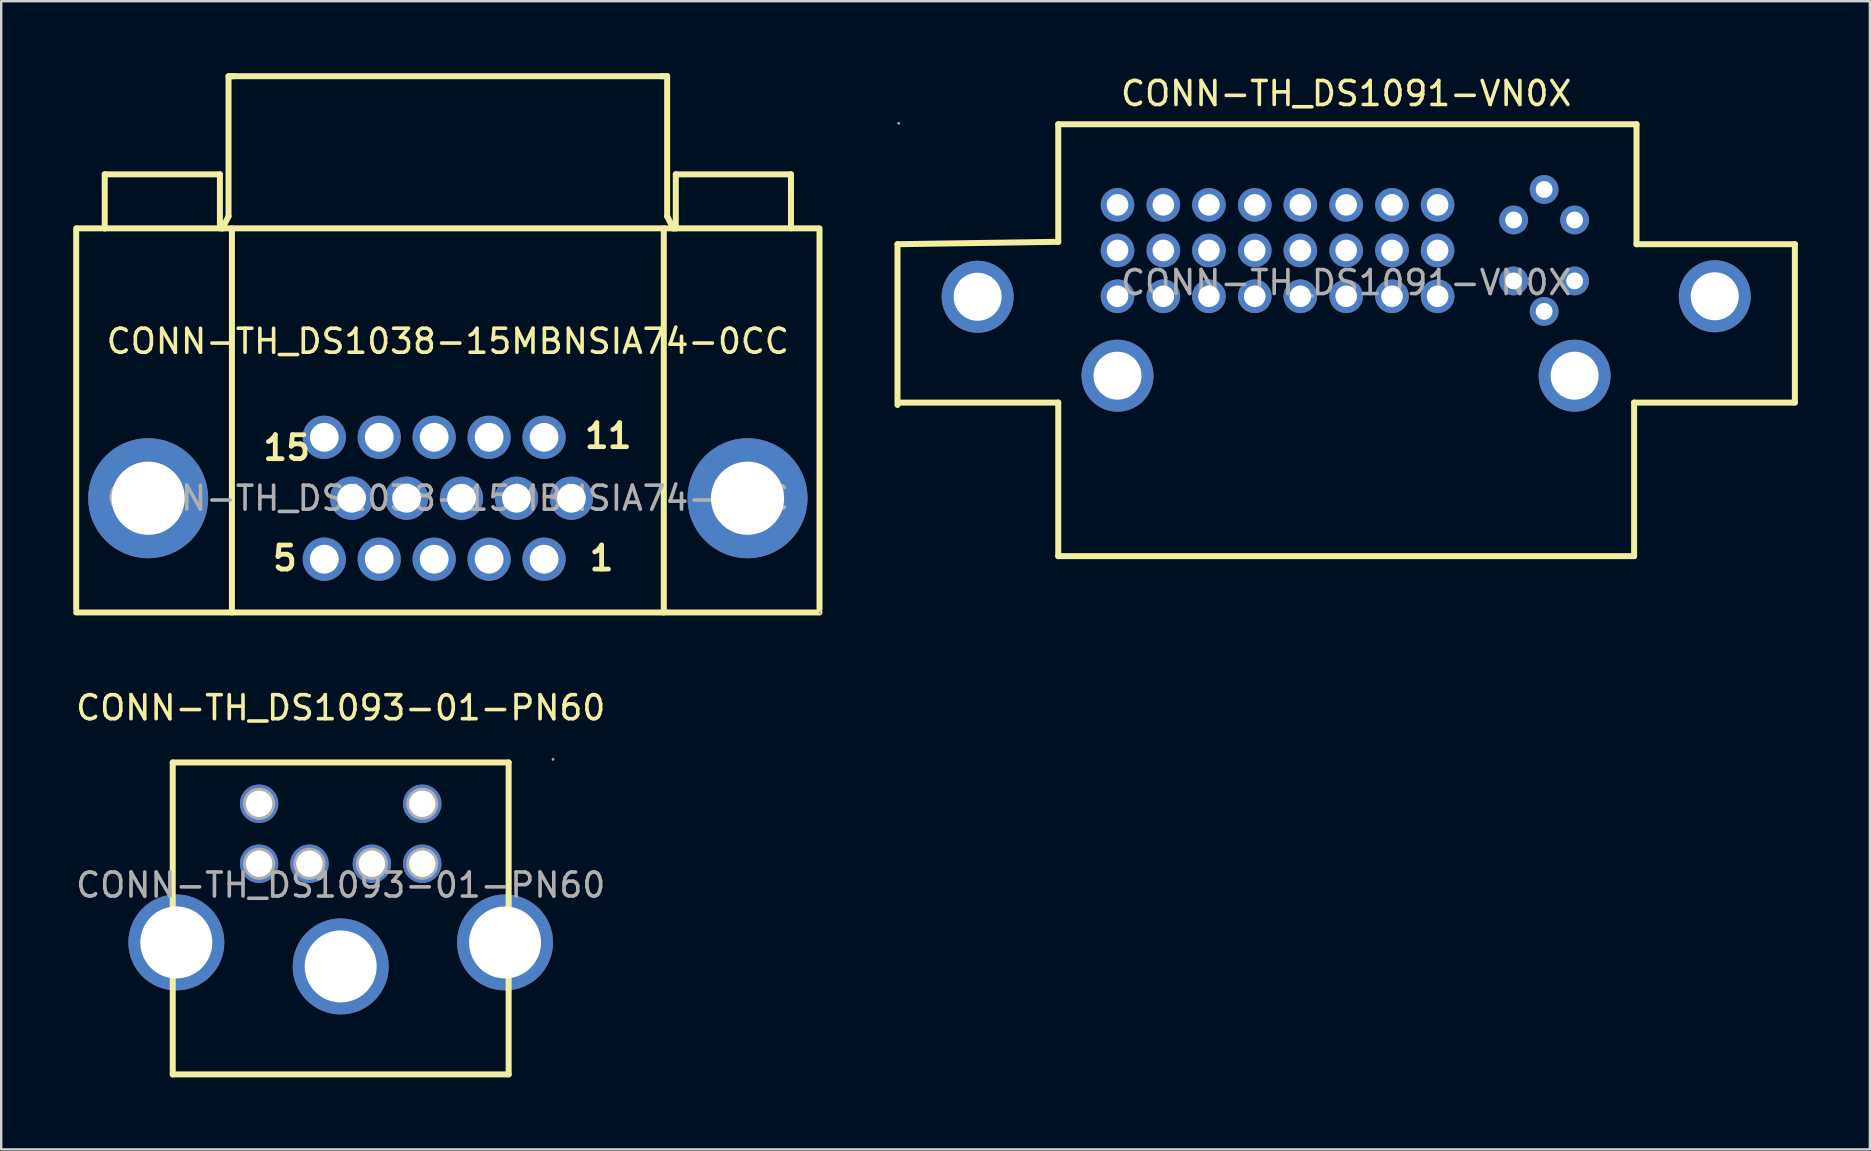
<source format=kicad_pcb>
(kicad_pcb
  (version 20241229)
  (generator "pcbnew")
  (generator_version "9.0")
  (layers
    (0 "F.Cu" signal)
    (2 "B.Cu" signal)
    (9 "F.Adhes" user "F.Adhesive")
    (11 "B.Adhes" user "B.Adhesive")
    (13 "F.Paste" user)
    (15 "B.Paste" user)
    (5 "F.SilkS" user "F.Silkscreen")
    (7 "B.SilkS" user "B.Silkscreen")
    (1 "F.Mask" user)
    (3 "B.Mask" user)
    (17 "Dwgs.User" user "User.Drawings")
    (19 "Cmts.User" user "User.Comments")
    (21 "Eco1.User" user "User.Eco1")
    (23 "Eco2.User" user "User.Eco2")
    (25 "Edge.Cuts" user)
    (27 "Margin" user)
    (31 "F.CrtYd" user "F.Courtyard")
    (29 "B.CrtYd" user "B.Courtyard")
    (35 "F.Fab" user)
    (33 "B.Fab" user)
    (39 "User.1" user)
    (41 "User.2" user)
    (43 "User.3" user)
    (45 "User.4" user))
  (footprint "CONN-TH_DS1093-01-PN60"
    (layer "F.Cu")
    (at 11.149 33.838)
    (property "Reference" "CONN-TH_DS1093-01-PN60" (at 0 -7.39 0) (layer "F.SilkS") (effects (font (size 1 1) (thickness 0.15))))
    (attr through_hole)
    (fp_line (start -7 -5.11) (end 7 -5.11) (stroke (width 0.25) (type solid)) (layer "F.SilkS"))
    (fp_line (start -7 7.89) (end -7 -5.11) (stroke (width 0.25) (type solid)) (layer "F.SilkS"))
    (fp_line (start 7 -5.11) (end 7 7.89) (stroke (width 0.25) (type solid)) (layer "F.SilkS"))
    (fp_line (start 7 7.89) (end -7 7.89) (stroke (width 0.25) (type solid)) (layer "F.SilkS"))
    (fp_circle (center -6.85 2.39) (end -6.15 2.39) (stroke (width 1.4) (type solid)) (fill no) (layer "F.Fab"))
    (fp_circle (center -3.4 -3.39) (end -3.18 -3.39) (stroke (width 0.45) (type solid)) (fill no) (layer "F.Fab"))
    (fp_circle (center -3.4 -0.89) (end -3.18 -0.89) (stroke (width 0.45) (type solid)) (fill no) (layer "F.Fab"))
    (fp_circle (center -1.3 -0.89) (end -1.08 -0.89) (stroke (width 0.45) (type solid)) (fill no) (layer "F.Fab"))
    (fp_circle (center 0 3.39) (end 0.7 3.39) (stroke (width 1.4) (type solid)) (fill no) (layer "F.Fab"))
    (fp_circle (center 1.3 -0.89) (end 1.52 -0.89) (stroke (width 0.45) (type solid)) (fill no) (layer "F.Fab"))
    (fp_circle (center 3.4 -3.39) (end 3.62 -3.39) (stroke (width 0.45) (type solid)) (fill no) (layer "F.Fab"))
    (fp_circle (center 3.4 -0.89) (end 3.62 -0.89) (stroke (width 0.45) (type solid)) (fill no) (layer "F.Fab"))
    (fp_circle (center 6.85 2.39) (end 7.55 2.39) (stroke (width 1.4) (type solid)) (fill no) (layer "F.Fab"))
    (fp_circle (center 8.85 -5.24) (end 8.88 -5.24) (stroke (width 0.06) (type solid)) (fill no) (layer "F.Fab"))
    (fp_text user "${REFERENCE}" (at 0 0 0) (layer "F.Fab") (effects (font (size 1 1) (thickness 0.15))))
    (pad "1" thru_hole circle (at 1.3 -0.89) (size 1.6 1.6) (drill 1.1) (layers "*.Cu" "*.Paste" "*.Mask"))
    (pad "2" thru_hole circle (at -1.3 -0.89) (size 1.6 1.6) (drill 1.1) (layers "*.Cu" "*.Paste" "*.Mask"))
    (pad "3" thru_hole circle (at 3.4 -0.89) (size 1.6 1.6) (drill 1.1) (layers "*.Cu" "*.Paste" "*.Mask"))
    (pad "4" thru_hole circle (at -3.4 -0.89) (size 1.6 1.6) (drill 1.1) (layers "*.Cu" "*.Paste" "*.Mask"))
    (pad "5" thru_hole circle (at 3.4 -3.39) (size 1.6 1.6) (drill 1.1) (layers "*.Cu" "*.Paste" "*.Mask"))
    (pad "6" thru_hole circle (at -3.4 -3.39) (size 1.6 1.6) (drill 1.1) (layers "*.Cu" "*.Paste" "*.Mask"))
    (pad "7" thru_hole circle (at 0 3.39) (size 4 4) (drill 3) (layers "*.Cu" "*.Paste" "*.Mask"))
    (pad "8" thru_hole circle (at -6.85 2.39) (size 4 4) (drill 3) (layers "*.Cu" "*.Paste" "*.Mask"))
    (pad "9" thru_hole circle (at 6.85 2.39) (size 4 4) (drill 3) (layers "*.Cu" "*.Paste" "*.Mask")))
  (footprint "CONN-TH_DS1091-VN0X"
    (layer "F.Cu")
    (at 53.055 8.728)
    (property "Reference" "CONN-TH_DS1091-VN0X" (at 0 -7.88 0) (layer "F.SilkS") (effects (font (size 1 1) (thickness 0.15))))
    (attr through_hole)
    (fp_line (start -18.7 -1.6) (end -18.7 5.1) (stroke (width 0.25) (type solid)) (layer "F.SilkS"))
    (fp_line (start -18.6 5) (end -12 5) (stroke (width 0.25) (type solid)) (layer "F.SilkS"))
    (fp_line (start -12 -6.6) (end -12 -1.7) (stroke (width 0.25) (type solid)) (layer "F.SilkS"))
    (fp_line (start -12 -1.7) (end -18.7 -1.6) (stroke (width 0.25) (type solid)) (layer "F.SilkS"))
    (fp_line (start -12 5) (end -12 11.4) (stroke (width 0.25) (type solid)) (layer "F.SilkS"))
    (fp_line (start -12 11.4) (end 12 11.4) (stroke (width 0.25) (type solid)) (layer "F.SilkS"))
    (fp_line (start 12 5) (end 18.7 5) (stroke (width 0.25) (type solid)) (layer "F.SilkS"))
    (fp_line (start 12 11.4) (end 12 5) (stroke (width 0.25) (type solid)) (layer "F.SilkS"))
    (fp_line (start 12.1 -6.6) (end -12 -6.6) (stroke (width 0.25) (type solid)) (layer "F.SilkS"))
    (fp_line (start 12.1 -1.6) (end 12.1 -6.6) (stroke (width 0.25) (type solid)) (layer "F.SilkS"))
    (fp_line (start 18.7 -1.6) (end 12.1 -1.6) (stroke (width 0.25) (type solid)) (layer "F.SilkS"))
    (fp_line (start 18.7 5) (end 18.7 -1.6) (stroke (width 0.25) (type solid)) (layer "F.SilkS"))
    (fp_circle (center -18.65 -6.64) (end -18.62 -6.64) (stroke (width 0.06) (type solid)) (fill no) (layer "F.Fab"))
    (fp_circle (center -15.36 0.59) (end -14.91 0.59) (stroke (width 0.9) (type solid)) (fill no) (layer "F.Fab"))
    (fp_circle (center -9.53 -3.24) (end -9.35 -3.24) (stroke (width 0.35) (type solid)) (fill no) (layer "F.Fab"))
    (fp_circle (center -9.53 -1.34) (end -9.35 -1.34) (stroke (width 0.35) (type solid)) (fill no) (layer "F.Fab"))
    (fp_circle (center -9.53 0.57) (end -9.35 0.57) (stroke (width 0.35) (type solid)) (fill no) (layer "F.Fab"))
    (fp_circle (center -9.53 3.88) (end -9.08 3.88) (stroke (width 0.9) (type solid)) (fill no) (layer "F.Fab"))
    (fp_circle (center -7.62 -3.24) (end -7.44 -3.24) (stroke (width 0.35) (type solid)) (fill no) (layer "F.Fab"))
    (fp_circle (center -7.62 -1.34) (end -7.44 -1.34) (stroke (width 0.35) (type solid)) (fill no) (layer "F.Fab"))
    (fp_circle (center -7.62 0.57) (end -7.44 0.57) (stroke (width 0.35) (type solid)) (fill no) (layer "F.Fab"))
    (fp_circle (center -5.72 -3.24) (end -5.54 -3.24) (stroke (width 0.35) (type solid)) (fill no) (layer "F.Fab"))
    (fp_circle (center -5.72 -1.34) (end -5.54 -1.34) (stroke (width 0.35) (type solid)) (fill no) (layer "F.Fab"))
    (fp_circle (center -5.72 0.57) (end -5.54 0.57) (stroke (width 0.35) (type solid)) (fill no) (layer "F.Fab"))
    (fp_circle (center -3.81 -3.24) (end -3.63 -3.24) (stroke (width 0.35) (type solid)) (fill no) (layer "F.Fab"))
    (fp_circle (center -3.81 -1.34) (end -3.63 -1.34) (stroke (width 0.35) (type solid)) (fill no) (layer "F.Fab"))
    (fp_circle (center -3.81 0.57) (end -3.63 0.57) (stroke (width 0.35) (type solid)) (fill no) (layer "F.Fab"))
    (fp_circle (center -1.91 -3.24) (end -1.73 -3.24) (stroke (width 0.35) (type solid)) (fill no) (layer "F.Fab"))
    (fp_circle (center -1.91 -1.34) (end -1.73 -1.34) (stroke (width 0.35) (type solid)) (fill no) (layer "F.Fab"))
    (fp_circle (center -1.91 0.57) (end -1.73 0.57) (stroke (width 0.35) (type solid)) (fill no) (layer "F.Fab"))
    (fp_circle (center 0 -3.24) (end 0.18 -3.24) (stroke (width 0.35) (type solid)) (fill no) (layer "F.Fab"))
    (fp_circle (center 0 -1.34) (end 0.18 -1.34) (stroke (width 0.35) (type solid)) (fill no) (layer "F.Fab"))
    (fp_circle (center 0 0.57) (end 0.18 0.57) (stroke (width 0.35) (type solid)) (fill no) (layer "F.Fab"))
    (fp_circle (center 1.91 -3.24) (end 2.09 -3.24) (stroke (width 0.35) (type solid)) (fill no) (layer "F.Fab"))
    (fp_circle (center 1.91 -1.34) (end 2.09 -1.34) (stroke (width 0.35) (type solid)) (fill no) (layer "F.Fab"))
    (fp_circle (center 1.91 0.57) (end 2.09 0.57) (stroke (width 0.35) (type solid)) (fill no) (layer "F.Fab"))
    (fp_circle (center 3.81 -3.24) (end 3.99 -3.24) (stroke (width 0.35) (type solid)) (fill no) (layer "F.Fab"))
    (fp_circle (center 3.81 -1.34) (end 3.99 -1.34) (stroke (width 0.35) (type solid)) (fill no) (layer "F.Fab"))
    (fp_circle (center 3.81 0.57) (end 3.99 0.57) (stroke (width 0.35) (type solid)) (fill no) (layer "F.Fab"))
    (fp_circle (center 6.98 -2.61) (end 7.12 -2.61) (stroke (width 0.27) (type solid)) (fill no) (layer "F.Fab"))
    (fp_circle (center 6.98 -0.07) (end 7.12 -0.07) (stroke (width 0.27) (type solid)) (fill no) (layer "F.Fab"))
    (fp_circle (center 8.25 -3.88) (end 8.39 -3.88) (stroke (width 0.27) (type solid)) (fill no) (layer "F.Fab"))
    (fp_circle (center 8.25 1.2) (end 8.39 1.2) (stroke (width 0.27) (type solid)) (fill no) (layer "F.Fab"))
    (fp_circle (center 9.52 -2.61) (end 9.66 -2.61) (stroke (width 0.27) (type solid)) (fill no) (layer "F.Fab"))
    (fp_circle (center 9.52 -0.07) (end 9.66 -0.07) (stroke (width 0.27) (type solid)) (fill no) (layer "F.Fab"))
    (fp_circle (center 9.52 3.88) (end 9.97 3.88) (stroke (width 0.9) (type solid)) (fill no) (layer "F.Fab"))
    (fp_circle (center 15.36 0.57) (end 15.81 0.57) (stroke (width 0.9) (type solid)) (fill no) (layer "F.Fab"))
    (fp_text user "${REFERENCE}" (at 0 0 0) (layer "F.Fab") (effects (font (size 1 1) (thickness 0.15))))
    (pad "1" thru_hole circle (at -9.53 -3.24) (size 1.4 1.4) (drill 0.9) (layers "*.Cu" "*.Paste" "*.Mask"))
    (pad "2" thru_hole circle (at -7.62 -3.24) (size 1.4 1.4) (drill 0.9) (layers "*.Cu" "*.Paste" "*.Mask"))
    (pad "3" thru_hole circle (at -5.72 -3.24) (size 1.4 1.4) (drill 0.9) (layers "*.Cu" "*.Paste" "*.Mask"))
    (pad "4" thru_hole circle (at -3.81 -3.24) (size 1.4 1.4) (drill 0.9) (layers "*.Cu" "*.Paste" "*.Mask"))
    (pad "5" thru_hole circle (at -1.91 -3.24) (size 1.4 1.4) (drill 0.9) (layers "*.Cu" "*.Paste" "*.Mask"))
    (pad "6" thru_hole circle (at 0 -3.24) (size 1.4 1.4) (drill 0.9) (layers "*.Cu" "*.Paste" "*.Mask"))
    (pad "7" thru_hole circle (at 1.91 -3.24) (size 1.4 1.4) (drill 0.9) (layers "*.Cu" "*.Paste" "*.Mask"))
    (pad "8" thru_hole circle (at 3.81 -3.24) (size 1.4 1.4) (drill 0.9) (layers "*.Cu" "*.Paste" "*.Mask"))
    (pad "9" thru_hole circle (at -9.53 -1.34) (size 1.4 1.4) (drill 0.9) (layers "*.Cu" "*.Paste" "*.Mask"))
    (pad "10" thru_hole circle (at -7.62 -1.34) (size 1.4 1.4) (drill 0.9) (layers "*.Cu" "*.Paste" "*.Mask"))
    (pad "11" thru_hole circle (at -5.72 -1.34) (size 1.4 1.4) (drill 0.9) (layers "*.Cu" "*.Paste" "*.Mask"))
    (pad "12" thru_hole circle (at -3.81 -1.34) (size 1.4 1.4) (drill 0.9) (layers "*.Cu" "*.Paste" "*.Mask"))
    (pad "13" thru_hole circle (at -1.91 -1.34) (size 1.4 1.4) (drill 0.9) (layers "*.Cu" "*.Paste" "*.Mask"))
    (pad "14" thru_hole circle (at 0 -1.34) (size 1.4 1.4) (drill 0.9) (layers "*.Cu" "*.Paste" "*.Mask"))
    (pad "15" thru_hole circle (at 1.91 -1.34) (size 1.4 1.4) (drill 0.9) (layers "*.Cu" "*.Paste" "*.Mask"))
    (pad "16" thru_hole circle (at 3.81 -1.34) (size 1.4 1.4) (drill 0.9) (layers "*.Cu" "*.Paste" "*.Mask"))
    (pad "17" thru_hole circle (at -9.53 0.57 180) (size 1.4 1.4) (drill 0.9) (layers "*.Cu" "*.Paste" "*.Mask"))
    (pad "18" thru_hole circle (at -7.62 0.57 180) (size 1.4 1.4) (drill 0.9) (layers "*.Cu" "*.Paste" "*.Mask"))
    (pad "19" thru_hole circle (at -5.72 0.57 180) (size 1.4 1.4) (drill 0.9) (layers "*.Cu" "*.Paste" "*.Mask"))
    (pad "20" thru_hole circle (at -3.81 0.57 180) (size 1.4 1.4) (drill 0.9) (layers "*.Cu" "*.Paste" "*.Mask"))
    (pad "21" thru_hole circle (at -1.91 0.57 180) (size 1.4 1.4) (drill 0.9) (layers "*.Cu" "*.Paste" "*.Mask"))
    (pad "22" thru_hole circle (at 0 0.57 180) (size 1.4 1.4) (drill 0.9) (layers "*.Cu" "*.Paste" "*.Mask"))
    (pad "23" thru_hole circle (at 1.91 0.57 180) (size 1.4 1.4) (drill 0.9) (layers "*.Cu" "*.Paste" "*.Mask"))
    (pad "24" thru_hole circle (at 3.81 0.57 180) (size 1.4 1.4) (drill 0.9) (layers "*.Cu" "*.Paste" "*.Mask"))
    (pad "25" thru_hole circle (at 8.25 -3.88) (size 1.2 1.2) (drill 0.7) (layers "*.Cu" "*.Paste" "*.Mask"))
    (pad "26" thru_hole circle (at 6.98 -2.61) (size 1.2 1.2) (drill 0.7) (layers "*.Cu" "*.Paste" "*.Mask"))
    (pad "27" thru_hole circle (at 9.52 -2.61) (size 1.2 1.2) (drill 0.7) (layers "*.Cu" "*.Paste" "*.Mask"))
    (pad "28" thru_hole circle (at 6.98 -0.07) (size 1.2 1.2) (drill 0.7) (layers "*.Cu" "*.Paste" "*.Mask"))
    (pad "29" thru_hole circle (at 9.52 -0.07 180) (size 1.2 1.2) (drill 0.7) (layers "*.Cu" "*.Paste" "*.Mask"))
    (pad "30" thru_hole circle (at 8.25 1.2 180) (size 1.2 1.2) (drill 0.7) (layers "*.Cu" "*.Paste" "*.Mask"))
    (pad "31" thru_hole circle (at 15.36 0.57) (size 3 3) (drill 2) (layers "*.Cu" "*.Paste" "*.Mask"))
    (pad "32" thru_hole circle (at -15.36 0.59) (size 3 3) (drill 2) (layers "*.Cu" "*.Paste" "*.Mask"))
    (pad "33" thru_hole circle (at 9.52 3.88) (size 3 3) (drill 2) (layers "*.Cu" "*.Paste" "*.Mask"))
    (pad "34" thru_hole circle (at -9.53 3.88) (size 3 3) (drill 2) (layers "*.Cu" "*.Paste" "*.Mask")))
  (footprint "CONN-TH_DS1038-15MBNSIA74-0CC"
    (layer "F.Cu")
    (at 15.615 17.715)
    (property "Reference" "CONN-TH_DS1038-15MBNSIA74-0CC" (at 0 -6.54 0) (layer "F.SilkS") (effects (font (size 1 1) (thickness 0.15))))
    (attr through_hole)
    (fp_line (start -15.49 4.61) (end -15.49 -11.25) (stroke (width 0.25) (type solid)) (layer "F.SilkS"))
    (fp_line (start -15.49 4.76) (end 15.49 4.76) (stroke (width 0.25) (type solid)) (layer "F.SilkS"))
    (fp_line (start -15.42 -11.25) (end 15.42 -11.25) (stroke (width 0.25) (type solid)) (layer "F.SilkS"))
    (fp_line (start -14.3 -13.5) (end -14.3 -11.24) (stroke (width 0.25) (type solid)) (layer "F.SilkS"))
    (fp_line (start -14.3 -13.5) (end -9.5 -13.5) (stroke (width 0.25) (type solid)) (layer "F.SilkS"))
    (fp_line (start -9.5 -13.5) (end -9.5 -11.25) (stroke (width 0.25) (type solid)) (layer "F.SilkS"))
    (fp_line (start -9.14 -17.59) (end -9.14 -11.75) (stroke (width 0.25) (type solid)) (layer "F.SilkS"))
    (fp_line (start -9.14 -11.75) (end -9.4 -11.24) (stroke (width 0.25) (type solid)) (layer "F.SilkS"))
    (fp_line (start -9 -17.59) (end 9 -17.59) (stroke (width 0.25) (type solid)) (layer "F.SilkS"))
    (fp_line (start -9 -11.24) (end -9 4.76) (stroke (width 0.25) (type solid)) (layer "F.SilkS"))
    (fp_line (start -8.89 -17.59) (end -9.14 -17.59) (stroke (width 0.25) (type solid)) (layer "F.SilkS"))
    (fp_line (start 8.89 -17.59) (end 9.14 -17.59) (stroke (width 0.25) (type solid)) (layer "F.SilkS"))
    (fp_line (start 9 -11.24) (end 9 4.76) (stroke (width 0.25) (type solid)) (layer "F.SilkS"))
    (fp_line (start 9.14 -17.59) (end 9.14 -11.75) (stroke (width 0.25) (type solid)) (layer "F.SilkS"))
    (fp_line (start 9.14 -11.75) (end 9.4 -11.24) (stroke (width 0.25) (type solid)) (layer "F.SilkS"))
    (fp_line (start 9.5 -13.5) (end 9.5 -11.24) (stroke (width 0.25) (type solid)) (layer "F.SilkS"))
    (fp_line (start 9.5 -13.5) (end 14.3 -13.5) (stroke (width 0.25) (type solid)) (layer "F.SilkS"))
    (fp_line (start 14.3 -13.5) (end 14.3 -11.25) (stroke (width 0.25) (type solid)) (layer "F.SilkS"))
    (fp_line (start 15.49 4.61) (end 15.49 -11.25) (stroke (width 0.25) (type solid)) (layer "F.SilkS"))
    (fp_circle (center -12.5 0) (end -11.79 0) (stroke (width 1.42) (type solid)) (fill no) (layer "F.Fab"))
    (fp_circle (center -5.15 -2.54) (end -4.9 -2.54) (stroke (width 0.5) (type solid)) (fill no) (layer "F.Fab"))
    (fp_circle (center -5.15 2.54) (end -4.9 2.54) (stroke (width 0.5) (type solid)) (fill no) (layer "F.Fab"))
    (fp_circle (center -4.02 0) (end -3.77 0) (stroke (width 0.5) (type solid)) (fill no) (layer "F.Fab"))
    (fp_circle (center -2.86 -2.54) (end -2.61 -2.54) (stroke (width 0.5) (type solid)) (fill no) (layer "F.Fab"))
    (fp_circle (center -2.86 2.54) (end -2.61 2.54) (stroke (width 0.5) (type solid)) (fill no) (layer "F.Fab"))
    (fp_circle (center -1.72 0) (end -1.47 0) (stroke (width 0.5) (type solid)) (fill no) (layer "F.Fab"))
    (fp_circle (center -0.57 -2.54) (end -0.32 -2.54) (stroke (width 0.5) (type solid)) (fill no) (layer "F.Fab"))
    (fp_circle (center -0.57 2.54) (end -0.32 2.54) (stroke (width 0.5) (type solid)) (fill no) (layer "F.Fab"))
    (fp_circle (center 0.57 0) (end 0.82 0) (stroke (width 0.5) (type solid)) (fill no) (layer "F.Fab"))
    (fp_circle (center 1.72 -2.54) (end 1.97 -2.54) (stroke (width 0.5) (type solid)) (fill no) (layer "F.Fab"))
    (fp_circle (center 1.72 2.54) (end 1.97 2.54) (stroke (width 0.5) (type solid)) (fill no) (layer "F.Fab"))
    (fp_circle (center 2.86 0) (end 3.11 0) (stroke (width 0.5) (type solid)) (fill no) (layer "F.Fab"))
    (fp_circle (center 4.01 -2.54) (end 4.26 -2.54) (stroke (width 0.5) (type solid)) (fill no) (layer "F.Fab"))
    (fp_circle (center 4.01 2.54) (end 4.26 2.54) (stroke (width 0.5) (type solid)) (fill no) (layer "F.Fab"))
    (fp_circle (center 5.15 0) (end 5.4 0) (stroke (width 0.5) (type solid)) (fill no) (layer "F.Fab"))
    (fp_circle (center 12.49 0) (end 13.2 0) (stroke (width 1.42) (type solid)) (fill no) (layer "F.Fab"))
    (fp_circle (center 15.51 4.77) (end 15.54 4.77) (stroke (width 0.06) (type solid)) (fill no) (layer "F.Fab"))
    (fp_text user "5" (at -7.4 2.5 0) (layer "F.SilkS") (effects (font (size 1 1) (thickness 0.2)) (justify left)))
    (fp_text user "1" (at 5.8 2.5 0) (layer "F.SilkS") (effects (font (size 1 1) (thickness 0.2)) (justify left)))
    (fp_text user "15" (at -7.8 -2.1 0) (layer "F.SilkS") (effects (font (size 1 1) (thickness 0.2)) (justify left)))
    (fp_text user "11" (at 5.6 -2.6 0) (layer "F.SilkS") (effects (font (size 1 1) (thickness 0.2)) (justify left)))
    (fp_text user "${REFERENCE}" (at 0 0 0) (layer "F.Fab") (effects (font (size 1 1) (thickness 0.15))))
    (pad "1" thru_hole circle (at 4.01 2.54) (size 1.8 1.8) (drill 1.2) (layers "*.Cu" "*.Paste" "*.Mask"))
    (pad "2" thru_hole circle (at 1.72 2.54) (size 1.8 1.8) (drill 1.2) (layers "*.Cu" "*.Paste" "*.Mask"))
    (pad "3" thru_hole circle (at -0.57 2.54) (size 1.8 1.8) (drill 1.2) (layers "*.Cu" "*.Paste" "*.Mask"))
    (pad "4" thru_hole circle (at -2.86 2.54) (size 1.8 1.8) (drill 1.2) (layers "*.Cu" "*.Paste" "*.Mask"))
    (pad "5" thru_hole circle (at -5.15 2.54) (size 1.8 1.8) (drill 1.2) (layers "*.Cu" "*.Paste" "*.Mask"))
    (pad "6" thru_hole circle (at 5.15 0) (size 1.8 1.8) (drill 1.2) (layers "*.Cu" "*.Paste" "*.Mask"))
    (pad "7" thru_hole circle (at 2.86 0) (size 1.8 1.8) (drill 1.2) (layers "*.Cu" "*.Paste" "*.Mask"))
    (pad "8" thru_hole circle (at 0.57 0) (size 1.8 1.8) (drill 1.2) (layers "*.Cu" "*.Paste" "*.Mask"))
    (pad "9" thru_hole circle (at -1.72 0) (size 1.8 1.8) (drill 1.2) (layers "*.Cu" "*.Paste" "*.Mask"))
    (pad "10" thru_hole circle (at -4.01 0) (size 1.8 1.8) (drill 1.2) (layers "*.Cu" "*.Paste" "*.Mask"))
    (pad "11" thru_hole circle (at 4.01 -2.54) (size 1.8 1.8) (drill 1.2) (layers "*.Cu" "*.Paste" "*.Mask"))
    (pad "12" thru_hole circle (at 1.72 -2.54) (size 1.8 1.8) (drill 1.2) (layers "*.Cu" "*.Paste" "*.Mask"))
    (pad "13" thru_hole circle (at -0.57 -2.54) (size 1.8 1.8) (drill 1.2) (layers "*.Cu" "*.Paste" "*.Mask"))
    (pad "14" thru_hole circle (at -2.86 -2.54) (size 1.8 1.8) (drill 1.2) (layers "*.Cu" "*.Paste" "*.Mask"))
    (pad "15" thru_hole circle (at -5.15 -2.54) (size 1.8 1.8) (drill 1.2) (layers "*.Cu" "*.Paste" "*.Mask"))
    (pad "16" thru_hole circle (at -12.49 0) (size 5 5) (drill 3.05) (layers "*.Cu" "*.Paste" "*.Mask"))
    (pad "16" thru_hole circle (at 12.49 0) (size 5 5) (drill 3.05) (layers "*.Cu" "*.Paste" "*.Mask")))
  (gr_rect
    (start -3 -3)
    (end 74.88 44.853)
    (stroke (width 0.1) (type default))
    (fill no)
    (layer "Edge.Cuts")))
</source>
